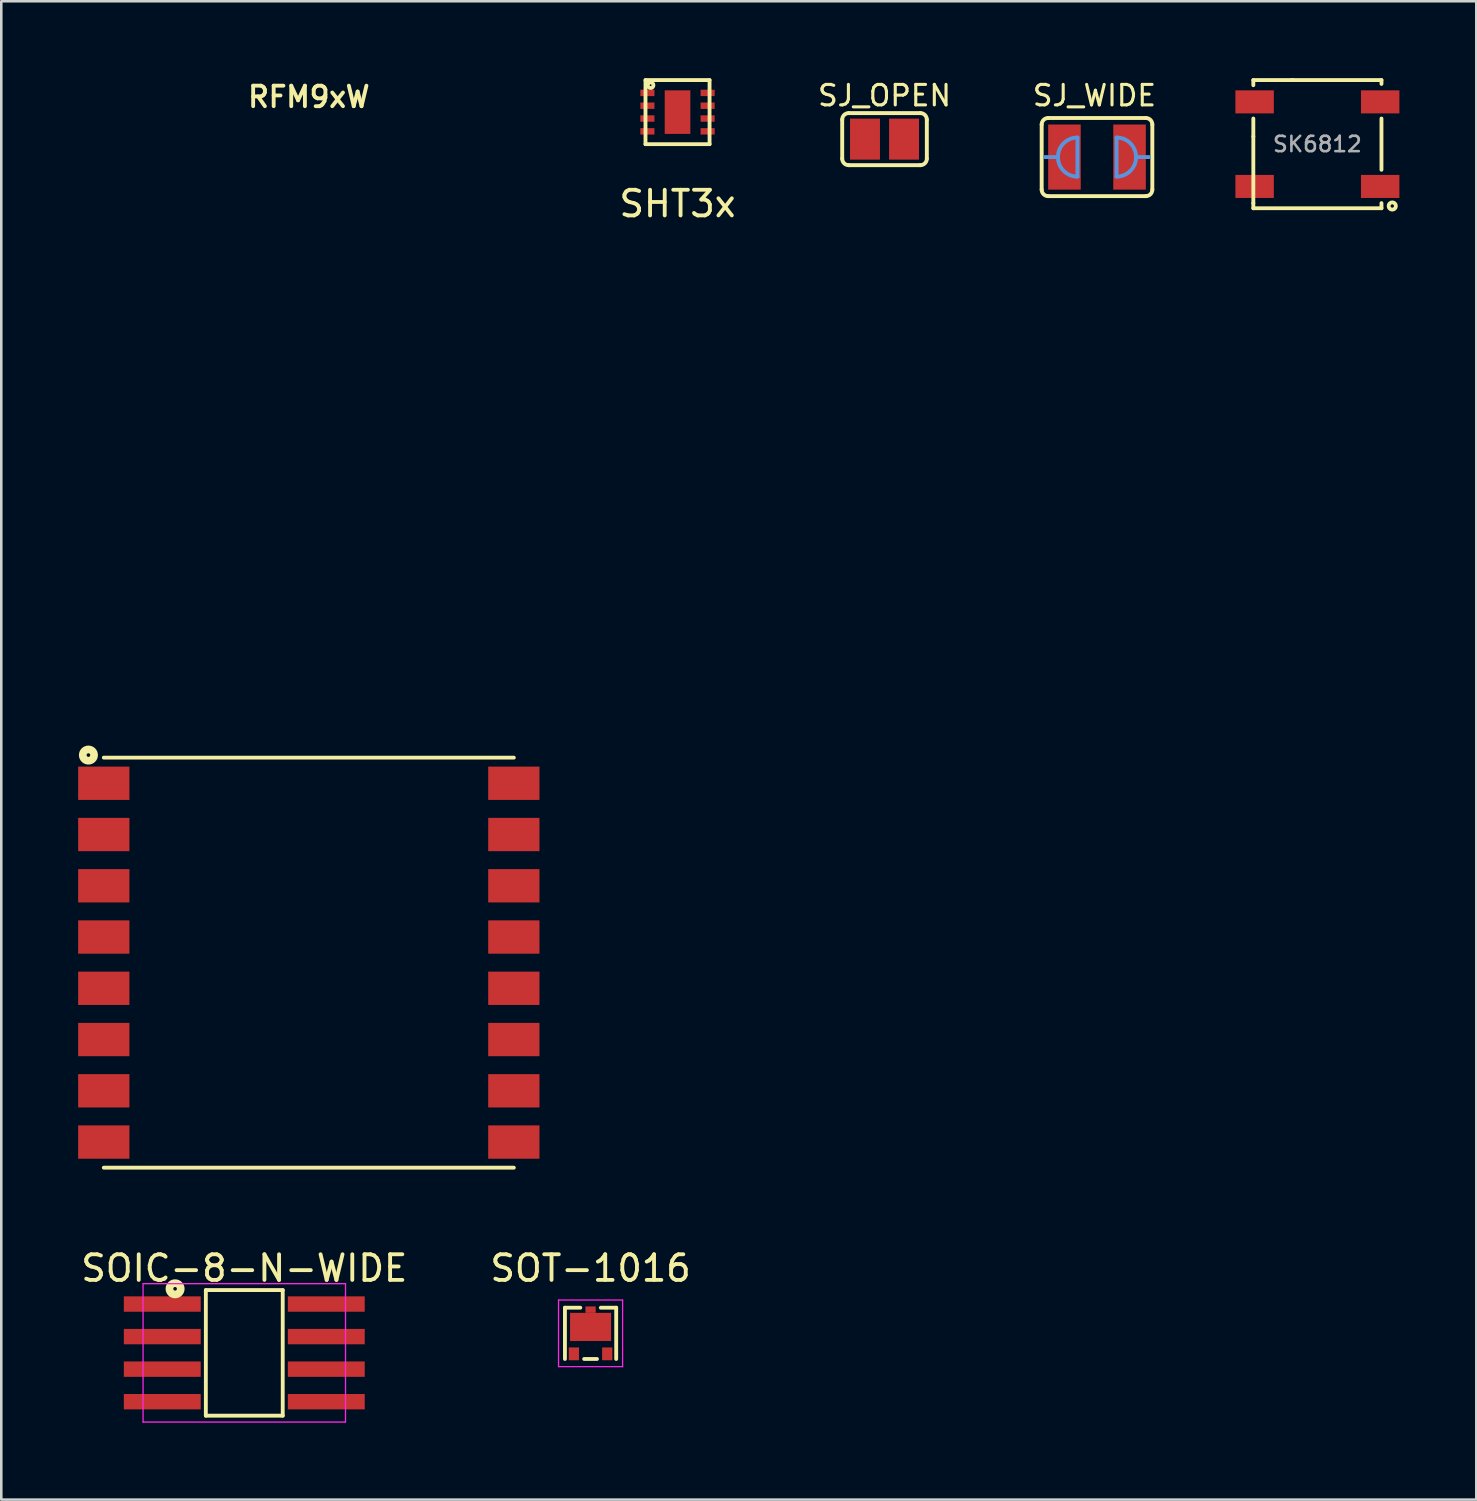
<source format=kicad_pcb>
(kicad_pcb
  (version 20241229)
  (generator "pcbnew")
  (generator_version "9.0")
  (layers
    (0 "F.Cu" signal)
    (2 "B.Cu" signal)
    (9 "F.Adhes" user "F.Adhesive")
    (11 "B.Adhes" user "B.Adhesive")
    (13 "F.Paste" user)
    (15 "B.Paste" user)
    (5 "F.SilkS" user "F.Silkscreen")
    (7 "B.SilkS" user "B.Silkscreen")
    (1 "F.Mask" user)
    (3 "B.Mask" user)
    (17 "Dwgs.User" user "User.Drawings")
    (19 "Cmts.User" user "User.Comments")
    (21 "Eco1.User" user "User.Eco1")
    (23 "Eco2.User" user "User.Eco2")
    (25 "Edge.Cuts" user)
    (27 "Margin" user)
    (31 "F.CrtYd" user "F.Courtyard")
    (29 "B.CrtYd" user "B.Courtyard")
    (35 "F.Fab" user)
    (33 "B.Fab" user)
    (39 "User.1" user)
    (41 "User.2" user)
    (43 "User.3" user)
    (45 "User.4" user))
  (footprint "SJ_WIDE"
    (layer "F.Cu")
    (at 39.755 3.079)
    (property "Reference" "SJ_WIDE" (at -0.1 -2.4 0) (layer "F.SilkS") (effects (font (size 0.8 0.8) (thickness 0.12))))
    (attr through_hole)
    (fp_line (start -2.159 1.27) (end -2.159 -1.27) (stroke (width 0.152) (type solid)) (layer "F.SilkS"))
    (fp_line (start -1.905 -1.524) (end 1.905 -1.524) (stroke (width 0.152) (type solid)) (layer "F.SilkS"))
    (fp_line (start 1.905 1.524) (end -1.905 1.524) (stroke (width 0.152) (type solid)) (layer "F.SilkS"))
    (fp_line (start 2.159 1.27) (end 2.159 -1.27) (stroke (width 0.152) (type solid)) (layer "F.SilkS"))
    (fp_arc (start -2.159 -1.27) (mid -2.084605 -1.449605) (end -1.905 -1.524) (stroke (width 0.1524) (type solid)) (layer "F.SilkS"))
    (fp_arc (start -1.905 1.524) (mid -2.084605 1.449605) (end -2.159 1.27) (stroke (width 0.1524) (type solid)) (layer "F.SilkS"))
    (fp_arc (start 1.905 -1.524) (mid 2.084605 -1.449605) (end 2.159 -1.27) (stroke (width 0.1524) (type solid)) (layer "F.SilkS"))
    (fp_arc (start 2.159 1.27) (mid 2.084605 1.449605) (end 1.905 1.524) (stroke (width 0.1524) (type solid)) (layer "F.SilkS"))
    (fp_line (start -1.524 0) (end -2.032 0) (stroke (width 0.152) (type solid)) (layer "Cmts.User"))
    (fp_line (start -0.762 -0.762) (end -0.762 0.762) (stroke (width 0.152) (type solid)) (layer "Cmts.User"))
    (fp_line (start 0.762 -0.762) (end 0.762 0.762) (stroke (width 0.152) (type solid)) (layer "Cmts.User"))
    (fp_line (start 1.524 0) (end 2.032 0) (stroke (width 0.152) (type solid)) (layer "Cmts.User"))
    (fp_arc (start -0.762 0.762) (mid -1.524 0) (end -0.762 -0.762) (stroke (width 0.1524) (type solid)) (layer "Cmts.User"))
    (fp_arc (start 0.762 -0.762) (mid 1.524 0) (end 0.762 0.762) (stroke (width 0.1524) (type solid)) (layer "Cmts.User"))
    (pad "1" smd rect (at -1.27 0) (size 1.27 2.54) (layers "F.Cu" "F.Mask"))
    (pad "2" smd rect (at 1.27 0) (size 1.27 2.54) (layers "F.Cu" "F.Mask")))
  (footprint "SJ_OPEN"
    (layer "F.Cu")
    (at 31.464 2.379)
    (property "Reference" "SJ_OPEN" (at 0 -1.7 0) (layer "F.SilkS") (effects (font (size 0.8 0.8) (thickness 0.12))))
    (attr through_hole)
    (fp_line (start -1.651 0.762) (end -1.651 -0.762) (stroke (width 0.152) (type solid)) (layer "F.SilkS"))
    (fp_line (start -1.397 -1.016) (end 1.397 -1.016) (stroke (width 0.152) (type solid)) (layer "F.SilkS"))
    (fp_line (start 1.397 1.016) (end -1.397 1.016) (stroke (width 0.152) (type solid)) (layer "F.SilkS"))
    (fp_line (start 1.651 0.762) (end 1.651 -0.762) (stroke (width 0.152) (type solid)) (layer "F.SilkS"))
    (fp_arc (start -1.651 -0.762) (mid -1.576605 -0.941605) (end -1.397 -1.016) (stroke (width 0.1524) (type solid)) (layer "F.SilkS"))
    (fp_arc (start -1.397 1.016) (mid -1.576605 0.941605) (end -1.651 0.762) (stroke (width 0.1524) (type solid)) (layer "F.SilkS"))
    (fp_arc (start 1.397 -1.016) (mid 1.576605 -0.941605) (end 1.651 -0.762) (stroke (width 0.1524) (type solid)) (layer "F.SilkS"))
    (fp_arc (start 1.651 0.762) (mid 1.576605 0.941605) (end 1.397 1.016) (stroke (width 0.1524) (type solid)) (layer "F.SilkS"))
    (pad "1" smd rect (at -0.762 0) (size 1.168 1.6) (layers "F.Cu" "F.Mask"))
    (pad "2" smd rect (at 0.762 0) (size 1.168 1.6) (layers "F.Cu" "F.Mask")))
  (footprint "SK6812"
    (layer "F.Cu")
    (at 48.355 2.575)
    (property "Reference" "SK6812" (at 0 0 0) (layer "F.Fab") (effects (font (size 0.6 0.6) (thickness 0.1))))
    (attr through_hole)
    (fp_line (start -2.5 -2.5) (end -2.5 -2.3) (stroke (width 0.15) (type solid)) (layer "F.SilkS"))
    (fp_line (start -2.5 -0.3) (end -2.5 -1) (stroke (width 0.15) (type solid)) (layer "F.SilkS"))
    (fp_line (start -2.5 -0.3) (end -2.5 2.3) (stroke (width 0.15) (type solid)) (layer "F.SilkS"))
    (fp_line (start -2.5 2.5) (end -2.5 2.3) (stroke (width 0.15) (type solid)) (layer "F.SilkS"))
    (fp_line (start -0.95 -2.5) (end -2.5 -2.5) (stroke (width 0.15) (type solid)) (layer "F.SilkS"))
    (fp_line (start 2.5 -2.5) (end -1 -2.5) (stroke (width 0.15) (type solid)) (layer "F.SilkS"))
    (fp_line (start 2.5 -2.5) (end 2.5 -2.35) (stroke (width 0.15) (type solid)) (layer "F.SilkS"))
    (fp_line (start 2.5 -1) (end 2.5 1) (stroke (width 0.15) (type solid)) (layer "F.SilkS"))
    (fp_line (start 2.5 2.3) (end 2.5 2.5) (stroke (width 0.15) (type solid)) (layer "F.SilkS"))
    (fp_line (start 2.5 2.5) (end -2.5 2.5) (stroke (width 0.15) (type solid)) (layer "F.SilkS"))
    (fp_circle (center 2.921 2.413) (end 3.021 2.513) (stroke (width 0.15) (type solid)) (fill no) (layer "F.SilkS"))
    (pad "1" smd rect (at 2.45 1.65) (size 1.5 0.9) (layers "F.Cu" "F.Mask" "F.Paste"))
    (pad "2" smd rect (at 2.45 -1.65) (size 1.5 0.9) (layers "F.Cu" "F.Mask" "F.Paste"))
    (pad "3" smd rect (at -2.45 -1.65) (size 1.5 0.9) (layers "F.Cu" "F.Mask" "F.Paste"))
    (pad "4" smd rect (at -2.45 1.65) (size 1.5 0.9) (layers "F.Cu" "F.Mask" "F.Paste")))
  (footprint "SOIC-8-N-WIDE"
    (layer "F.Cu")
    (at 6.482 49.739)
    (property "Reference" "SOIC-8-N-WIDE" (at 0 -3.302 0) (layer "F.SilkS") (effects (font (size 1 1) (thickness 0.15))))
    (attr smd)
    (fp_line (start -1.5 -2.45) (end -1.5 2.45) (stroke (width 0.15) (type solid)) (layer "F.SilkS"))
    (fp_line (start -1.5 2.45) (end 1.5 2.45) (stroke (width 0.15) (type solid)) (layer "F.SilkS"))
    (fp_line (start 1.5 -2.45) (end -1.5 -2.45) (stroke (width 0.15) (type solid)) (layer "F.SilkS"))
    (fp_line (start 1.5 2.45) (end 1.5 -2.45) (stroke (width 0.15) (type solid)) (layer "F.SilkS"))
    (fp_circle (center -2.7 -2.5) (end -2.75 -2.55) (stroke (width 0.3) (type solid)) (fill no) (layer "F.SilkS"))
    (fp_line (start -3.95 -2.7) (end 3.95 -2.7) (stroke (width 0.05) (type solid)) (layer "F.CrtYd"))
    (fp_line (start -3.95 2.7) (end -3.95 -2.7) (stroke (width 0.05) (type solid)) (layer "F.CrtYd"))
    (fp_line (start 3.95 -2.7) (end 3.95 2.7) (stroke (width 0.05) (type solid)) (layer "F.CrtYd"))
    (fp_line (start 3.95 2.7) (end -3.95 2.7) (stroke (width 0.05) (type solid)) (layer "F.CrtYd"))
    (pad "1" smd rect (at -3.2 -1.905) (size 3 0.6) (layers "F.Cu" "F.Mask" "F.Paste"))
    (pad "2" smd rect (at -3.2 -0.635) (size 3 0.6) (layers "F.Cu" "F.Mask" "F.Paste"))
    (pad "3" smd rect (at -3.2 0.635) (size 3 0.6) (layers "F.Cu" "F.Mask" "F.Paste"))
    (pad "4" smd rect (at -3.2 1.905) (size 3 0.6) (layers "F.Cu" "F.Mask" "F.Paste"))
    (pad "5" smd rect (at 3.2 1.905) (size 3 0.6) (layers "F.Cu" "F.Mask" "F.Paste"))
    (pad "6" smd rect (at 3.2 0.635) (size 3 0.6) (layers "F.Cu" "F.Mask" "F.Paste"))
    (pad "7" smd rect (at 3.2 -0.635) (size 3 0.6) (layers "F.Cu" "F.Mask" "F.Paste"))
    (pad "8" smd rect (at 3.2 -1.905) (size 3 0.6) (layers "F.Cu" "F.Mask" "F.Paste")))
  (footprint "SHT3x"
    (layer "F.Cu")
    (at 23.387 1.325)
    (property "Reference" "SHT3x" (at 0 3.575 0) (layer "F.SilkS") (effects (font (size 1 1) (thickness 0.15))))
    (attr through_hole)
    (fp_line (start -1.25 -1.25) (end 1.25 -1.25) (stroke (width 0.15) (type solid)) (layer "F.SilkS"))
    (fp_line (start -1.25 1.25) (end -1.25 -1.25) (stroke (width 0.15) (type solid)) (layer "F.SilkS"))
    (fp_line (start 1.25 -1.25) (end 1.25 1.25) (stroke (width 0.15) (type solid)) (layer "F.SilkS"))
    (fp_line (start 1.25 1.25) (end -1.25 1.25) (stroke (width 0.15) (type solid)) (layer "F.SilkS"))
    (fp_circle (center -1.05 -1.05) (end -1.025 -1.025) (stroke (width 0.15) (type solid)) (fill no) (layer "F.SilkS"))
    (pad "1" smd rect (at -1.175 -0.75) (size 0.55 0.25) (layers "F.Cu" "F.Mask" "F.Paste"))
    (pad "2" smd rect (at -1.175 -0.25) (size 0.55 0.25) (layers "F.Cu" "F.Mask" "F.Paste"))
    (pad "3" smd rect (at -1.175 0.25) (size 0.55 0.25) (layers "F.Cu" "F.Mask" "F.Paste"))
    (pad "4" smd rect (at -1.175 0.75) (size 0.55 0.25) (layers "F.Cu" "F.Mask" "F.Paste"))
    (pad "5" smd rect (at 1.175 0.75) (size 0.55 0.25) (layers "F.Cu" "F.Mask" "F.Paste"))
    (pad "6" smd rect (at 1.175 0.25) (size 0.55 0.25) (layers "F.Cu" "F.Mask" "F.Paste"))
    (pad "7" smd rect (at 1.175 -0.25) (size 0.55 0.25) (layers "F.Cu" "F.Mask" "F.Paste"))
    (pad "8" smd rect (at 1.175 -0.75) (size 0.55 0.25) (layers "F.Cu" "F.Mask" "F.Paste"))
    (pad "PAD" smd rect (at 0 0) (size 1 1.7) (layers "F.Cu" "F.Mask" "F.Paste")))
  (footprint "SOT-1016"
    (layer "F.Cu")
    (at 19.994 48.977)
    (property "Reference" "SOT-1016" (at 0 -2.54 0) (layer "F.SilkS") (effects (font (size 1 1) (thickness 0.15))))
    (attr through_hole)
    (fp_line (start -1 -1) (end -1 1) (stroke (width 0.15) (type solid)) (layer "F.SilkS"))
    (fp_line (start -0.4 -1) (end -1 -1) (stroke (width 0.15) (type solid)) (layer "F.SilkS"))
    (fp_line (start -0.25 1) (end 0.25 1) (stroke (width 0.15) (type solid)) (layer "F.SilkS"))
    (fp_line (start 1 -1) (end 0.4 -1) (stroke (width 0.15) (type solid)) (layer "F.SilkS"))
    (fp_line (start 1 1) (end 1 -1) (stroke (width 0.15) (type solid)) (layer "F.SilkS"))
    (fp_line (start -1.25 -1.3) (end 1.25 -1.3) (stroke (width 0.05) (type solid)) (layer "F.CrtYd"))
    (fp_line (start -1.25 1.3) (end -1.25 -1.3) (stroke (width 0.05) (type solid)) (layer "F.CrtYd"))
    (fp_line (start 1.25 -1.3) (end 1.25 1.3) (stroke (width 0.05) (type solid)) (layer "F.CrtYd"))
    (fp_line (start 1.25 1.3) (end -1.25 1.3) (stroke (width 0.05) (type solid)) (layer "F.CrtYd"))
    (pad "1" smd rect (at -0.65 0.8) (size 0.4 0.5) (layers "F.Cu" "F.Mask" "F.Paste"))
    (pad "2" smd rect (at 0.65 0.8) (size 0.4 0.5) (layers "F.Cu" "F.Mask" "F.Paste"))
    (pad "3" smd rect (at 0 -0.925) (size 0.4 0.25) (layers "F.Cu" "F.Mask" "F.Paste"))
    (pad "3" smd rect (at 0 -0.25) (size 1.6 1.1) (layers "F.Cu" "F.Mask" "F.Paste")))
  (footprint "RFM9xW"
    (layer "F.Cu")
    (at 9 34.513)
    (property "Reference" "RFM9xW" (at 0 -33.782 0) (layer "F.SilkS") (effects (font (size 0.8 0.8) (thickness 0.15))))
    (attr through_hole)
    (fp_line (start -8 -8) (end 8 -8) (stroke (width 0.15) (type solid)) (layer "F.SilkS"))
    (fp_line (start -8 8) (end 8 8) (stroke (width 0.15) (type solid)) (layer "F.SilkS"))
    (fp_circle (center -8.6 -8.1) (end -8.65 -8.15) (stroke (width 0.3) (type solid)) (fill no) (layer "F.SilkS"))
    (pad "1" smd rect (at -8 -7) (size 2 1.3) (layers "F.Cu" "F.Mask" "F.Paste"))
    (pad "2" smd rect (at -8 -5) (size 2 1.3) (layers "F.Cu" "F.Mask" "F.Paste"))
    (pad "3" smd rect (at -8 -3) (size 2 1.3) (layers "F.Cu" "F.Mask" "F.Paste"))
    (pad "4" smd rect (at -8 -1) (size 2 1.3) (layers "F.Cu" "F.Mask" "F.Paste"))
    (pad "5" smd rect (at -8 1) (size 2 1.3) (layers "F.Cu" "F.Mask" "F.Paste"))
    (pad "6" smd rect (at -8 3) (size 2 1.3) (layers "F.Cu" "F.Mask" "F.Paste"))
    (pad "7" smd rect (at -8 5) (size 2 1.3) (layers "F.Cu" "F.Mask" "F.Paste"))
    (pad "8" smd rect (at -8 7) (size 2 1.3) (layers "F.Cu" "F.Mask" "F.Paste"))
    (pad "9" smd rect (at 8 7) (size 2 1.3) (layers "F.Cu" "F.Mask" "F.Paste"))
    (pad "10" smd rect (at 8 5) (size 2 1.3) (layers "F.Cu" "F.Mask" "F.Paste"))
    (pad "11" smd rect (at 8 3) (size 2 1.3) (layers "F.Cu" "F.Mask" "F.Paste"))
    (pad "12" smd rect (at 8 1) (size 2 1.3) (layers "F.Cu" "F.Mask" "F.Paste"))
    (pad "13" smd rect (at 8 -1) (size 2 1.3) (layers "F.Cu" "F.Mask" "F.Paste"))
    (pad "14" smd rect (at 8 -3) (size 2 1.3) (layers "F.Cu" "F.Mask" "F.Paste"))
    (pad "15" smd rect (at 8 -5) (size 2 1.3) (layers "F.Cu" "F.Mask" "F.Paste"))
    (pad "16" smd rect (at 8 -7) (size 2 1.3) (layers "F.Cu" "F.Mask" "F.Paste")))
  (gr_rect
    (start -3 -3)
    (end 54.555 55.464)
    (stroke (width 0.1) (type default))
    (fill no)
    (layer "Edge.Cuts")))
</source>
